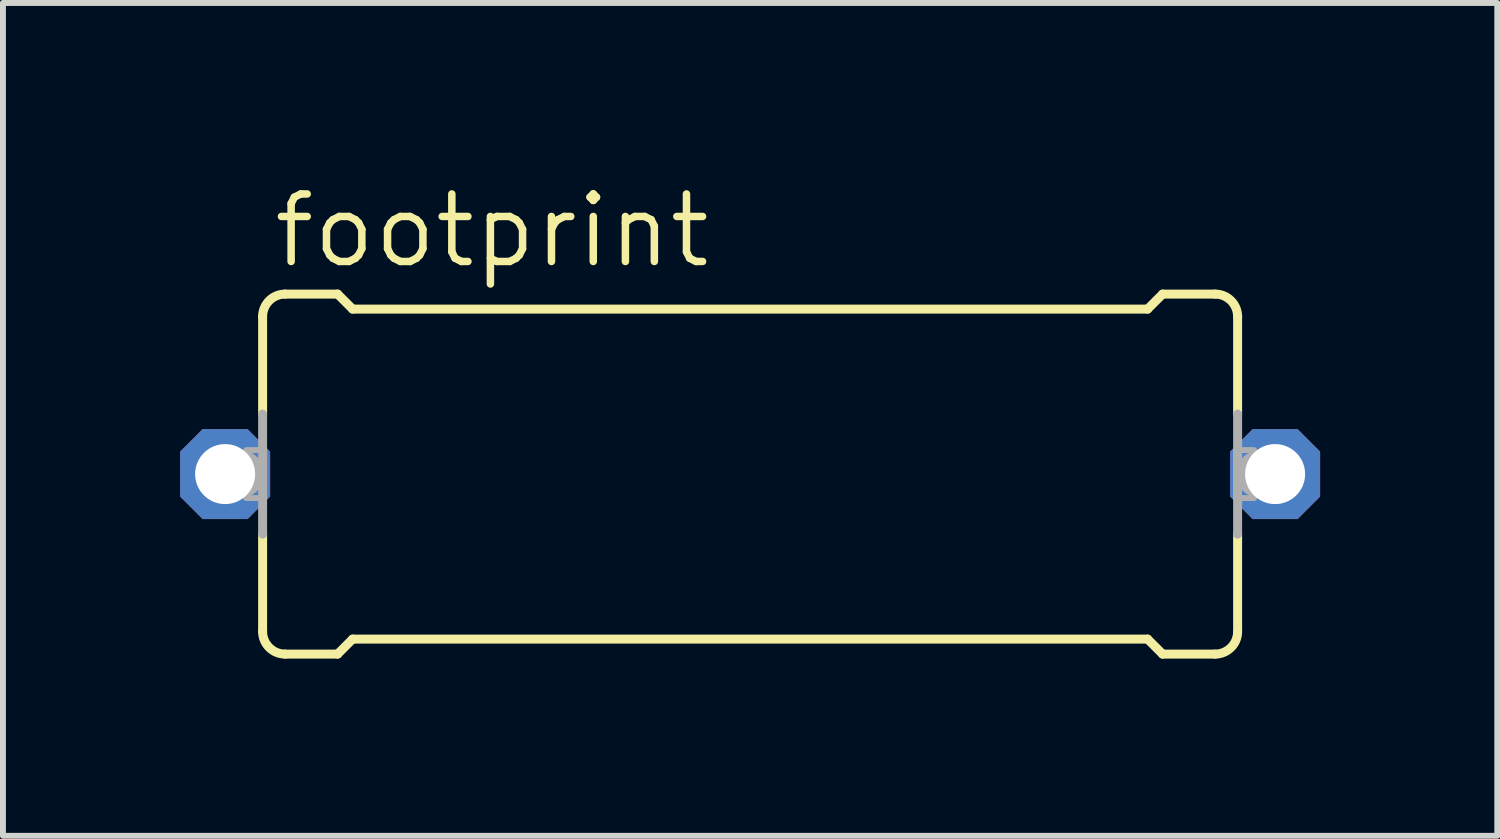
<source format=kicad_pcb>
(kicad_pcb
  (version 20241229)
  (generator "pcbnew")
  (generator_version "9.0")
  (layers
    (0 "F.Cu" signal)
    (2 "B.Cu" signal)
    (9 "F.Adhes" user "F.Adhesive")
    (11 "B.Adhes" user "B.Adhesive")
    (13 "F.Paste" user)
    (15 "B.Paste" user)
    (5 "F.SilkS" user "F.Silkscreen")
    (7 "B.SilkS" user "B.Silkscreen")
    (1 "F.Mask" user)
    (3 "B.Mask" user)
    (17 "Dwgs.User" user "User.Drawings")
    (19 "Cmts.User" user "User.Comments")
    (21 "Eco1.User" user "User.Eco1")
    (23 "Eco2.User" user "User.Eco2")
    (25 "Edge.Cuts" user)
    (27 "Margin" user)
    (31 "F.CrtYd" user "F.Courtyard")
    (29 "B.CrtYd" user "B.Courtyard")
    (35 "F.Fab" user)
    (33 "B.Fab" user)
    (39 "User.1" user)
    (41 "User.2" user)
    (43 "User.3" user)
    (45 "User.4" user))
  (footprint "footprint"
    (layer "F.Cu")
    (at 9.652 4.978)
    (property "Reference" "footprint" (at -8.128 -3.454 0) (layer "F.SilkS") (effects (font (size 1.143 1.143) (thickness 0.127)) (justify left bottom)))
    (fp_line (start -8.255 -1.016) (end -8.255 -2.667) (stroke (width 0.152) (type solid)) (layer "F.SilkS"))
    (fp_line (start -8.255 2.667) (end -8.255 1.016) (stroke (width 0.152) (type solid)) (layer "F.SilkS"))
    (fp_line (start -7.874 -3.048) (end -6.985 -3.048) (stroke (width 0.152) (type solid)) (layer "F.SilkS"))
    (fp_line (start -7.874 3.048) (end -6.985 3.048) (stroke (width 0.152) (type solid)) (layer "F.SilkS"))
    (fp_line (start -6.731 -2.794) (end -6.985 -3.048) (stroke (width 0.152) (type solid)) (layer "F.SilkS"))
    (fp_line (start -6.731 2.794) (end -6.985 3.048) (stroke (width 0.152) (type solid)) (layer "F.SilkS"))
    (fp_line (start 6.731 -2.794) (end -6.731 -2.794) (stroke (width 0.152) (type solid)) (layer "F.SilkS"))
    (fp_line (start 6.731 -2.794) (end 6.985 -3.048) (stroke (width 0.152) (type solid)) (layer "F.SilkS"))
    (fp_line (start 6.731 2.794) (end -6.731 2.794) (stroke (width 0.152) (type solid)) (layer "F.SilkS"))
    (fp_line (start 6.731 2.794) (end 6.985 3.048) (stroke (width 0.152) (type solid)) (layer "F.SilkS"))
    (fp_line (start 7.874 -3.048) (end 6.985 -3.048) (stroke (width 0.152) (type solid)) (layer "F.SilkS"))
    (fp_line (start 7.874 3.048) (end 6.985 3.048) (stroke (width 0.152) (type solid)) (layer "F.SilkS"))
    (fp_line (start 8.255 -1.016) (end 8.255 -2.667) (stroke (width 0.152) (type solid)) (layer "F.SilkS"))
    (fp_line (start 8.255 2.667) (end 8.255 1.016) (stroke (width 0.152) (type solid)) (layer "F.SilkS"))
    (fp_arc (start -8.255 -2.667) (mid -8.143408 -2.936408) (end -7.874 -3.048) (stroke (width 0.1524) (type solid)) (layer "F.SilkS"))
    (fp_arc (start -7.874 3.048) (mid -8.143408 2.936408) (end -8.255 2.667) (stroke (width 0.1524) (type solid)) (layer "F.SilkS"))
    (fp_arc (start 7.874 -3.048) (mid 8.143408 -2.936408) (end 8.255 -2.667) (stroke (width 0.1524) (type solid)) (layer "F.SilkS"))
    (fp_arc (start 8.255 2.667) (mid 8.143408 2.936408) (end 7.874 3.048) (stroke (width 0.1524) (type solid)) (layer "F.SilkS"))
    (fp_line (start -8.89 0) (end -8.636 0) (stroke (width 0.813) (type solid)) (layer "F.Fab"))
    (fp_line (start -8.255 -1.016) (end -8.255 1.016) (stroke (width 0.152) (type solid)) (layer "F.Fab"))
    (fp_line (start 8.255 -1.016) (end 8.255 1.016) (stroke (width 0.152) (type solid)) (layer "F.Fab"))
    (fp_line (start 8.636 0) (end 8.89 0) (stroke (width 0.813) (type solid)) (layer "F.Fab"))
    (fp_poly (pts (xy -8.534 0.406) (xy -8.23 0.406) (xy -8.23 -0.406) (xy -8.534 -0.406)) (stroke (width 0.1) (type solid)) (fill no) (layer "F.Fab"))
    (fp_poly (pts (xy 8.23 0.406) (xy 8.534 0.406) (xy 8.534 -0.406) (xy 8.23 -0.406)) (stroke (width 0.1) (type solid)) (fill no) (layer "F.Fab"))
    (pad "1" thru_hole roundrect (at -8.89 0) (size 1.524 1.524) (drill 1.016) (layers "*.Cu" "*.Mask") (roundrect_rratio 0.25) (chamfer_ratio 0.25) (chamfer top_left top_right bottom_left bottom_right))
    (pad "2" thru_hole roundrect (at 8.89 0) (size 1.524 1.524) (drill 1.016) (layers "*.Cu" "*.Mask") (roundrect_rratio 0.25) (chamfer_ratio 0.25) (chamfer top_left top_right bottom_left bottom_right)))
  (gr_rect
    (start -3 -3)
    (end 22.304 11.103)
    (stroke (width 0.1) (type default))
    (fill no)
    (layer "Edge.Cuts")))
</source>
